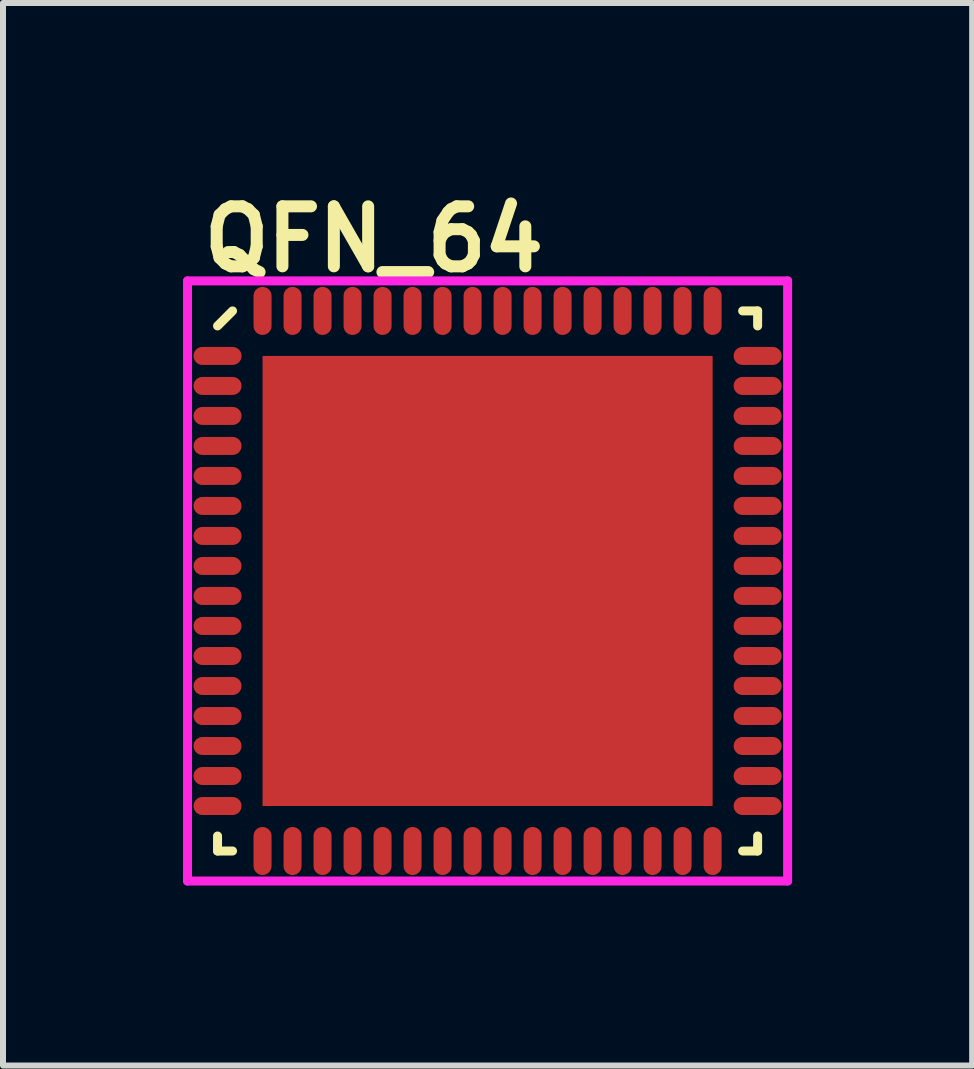
<source format=kicad_pcb>
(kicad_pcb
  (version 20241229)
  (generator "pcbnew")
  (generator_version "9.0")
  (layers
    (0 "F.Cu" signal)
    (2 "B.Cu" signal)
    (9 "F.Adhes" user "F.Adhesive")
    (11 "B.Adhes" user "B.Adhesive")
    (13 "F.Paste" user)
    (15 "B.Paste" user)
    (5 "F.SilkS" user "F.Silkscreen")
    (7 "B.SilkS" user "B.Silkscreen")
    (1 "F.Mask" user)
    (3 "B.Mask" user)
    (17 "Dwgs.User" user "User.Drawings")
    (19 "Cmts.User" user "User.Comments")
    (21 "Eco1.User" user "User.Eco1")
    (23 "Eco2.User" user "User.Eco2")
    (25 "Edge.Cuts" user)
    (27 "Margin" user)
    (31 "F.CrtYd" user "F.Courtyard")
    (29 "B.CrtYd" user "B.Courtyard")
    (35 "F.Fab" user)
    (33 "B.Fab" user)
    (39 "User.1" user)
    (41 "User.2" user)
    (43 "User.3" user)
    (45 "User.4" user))
  (footprint "QFN_64"
    (layer "F.Cu")
    (at 5.075 6.631)
    (property "Reference" "QFN_64" (at -1.895 -5.695 0) (layer "F.SilkS") (effects (font (size 1 1) (thickness 0.2))))
    (attr through_hole)
    (fp_line (start -4.5 -4.25) (end -4.25 -4.5) (stroke (width 0.15) (type solid)) (layer "F.SilkS"))
    (fp_line (start -4.5 4.5) (end -4.5 4.25) (stroke (width 0.15) (type solid)) (layer "F.SilkS"))
    (fp_line (start -4.25 4.5) (end -4.5 4.5) (stroke (width 0.15) (type solid)) (layer "F.SilkS"))
    (fp_line (start 4.25 -4.5) (end 4.5 -4.5) (stroke (width 0.15) (type solid)) (layer "F.SilkS"))
    (fp_line (start 4.25 4.5) (end 4.5 4.5) (stroke (width 0.15) (type solid)) (layer "F.SilkS"))
    (fp_line (start 4.5 -4.5) (end 4.5 -4.25) (stroke (width 0.15) (type solid)) (layer "F.SilkS"))
    (fp_line (start 4.5 4.5) (end 4.5 4.25) (stroke (width 0.15) (type solid)) (layer "F.SilkS"))
    (fp_line (start -5 -5) (end 5 -5) (stroke (width 0.15) (type solid)) (layer "F.CrtYd"))
    (fp_line (start -5 5) (end -5 -5) (stroke (width 0.15) (type solid)) (layer "F.CrtYd"))
    (fp_line (start 5 -5) (end 5 5) (stroke (width 0.15) (type solid)) (layer "F.CrtYd"))
    (fp_line (start 5 5) (end -5 5) (stroke (width 0.15) (type solid)) (layer "F.CrtYd"))
    (pad "" smd circle (at -3 -3) (size 1 1) (layers "F.Paste"))
    (pad "" smd circle (at -3 -1.8) (size 1 1) (layers "F.Paste"))
    (pad "" smd circle (at -3 -0.6) (size 1 1) (layers "F.Paste"))
    (pad "" smd circle (at -3 0.6) (size 1 1) (layers "F.Paste"))
    (pad "" smd circle (at -3 1.8) (size 1 1) (layers "F.Paste"))
    (pad "" smd circle (at -3 3) (size 1 1) (layers "F.Paste"))
    (pad "" smd circle (at -1.8 -3) (size 1 1) (layers "F.Paste"))
    (pad "" smd circle (at -1.8 -1.8) (size 1 1) (layers "F.Paste"))
    (pad "" smd circle (at -1.8 -0.6) (size 1 1) (layers "F.Paste"))
    (pad "" smd circle (at -1.8 0.6) (size 1 1) (layers "F.Paste"))
    (pad "" smd circle (at -1.8 1.8) (size 1 1) (layers "F.Paste"))
    (pad "" smd circle (at -1.8 3) (size 1 1) (layers "F.Paste"))
    (pad "" smd circle (at -0.6 -3) (size 1 1) (layers "F.Paste"))
    (pad "" smd circle (at -0.6 -1.8) (size 1 1) (layers "F.Paste"))
    (pad "" smd circle (at -0.6 -0.6) (size 1 1) (layers "F.Paste"))
    (pad "" smd circle (at -0.6 0.6) (size 1 1) (layers "F.Paste"))
    (pad "" smd circle (at -0.6 1.8) (size 1 1) (layers "F.Paste"))
    (pad "" smd circle (at -0.6 3) (size 1 1) (layers "F.Paste"))
    (pad "" smd circle (at 0.6 -3) (size 1 1) (layers "F.Paste"))
    (pad "" smd circle (at 0.6 -1.8) (size 1 1) (layers "F.Paste"))
    (pad "" smd circle (at 0.6 -0.6) (size 1 1) (layers "F.Paste"))
    (pad "" smd circle (at 0.6 0.6) (size 1 1) (layers "F.Paste"))
    (pad "" smd circle (at 0.6 1.8) (size 1 1) (layers "F.Paste"))
    (pad "" smd circle (at 0.6 3) (size 1 1) (layers "F.Paste"))
    (pad "" smd circle (at 1.8 -3) (size 1 1) (layers "F.Paste"))
    (pad "" smd circle (at 1.8 -1.8) (size 1 1) (layers "F.Paste"))
    (pad "" smd circle (at 1.8 -0.6) (size 1 1) (layers "F.Paste"))
    (pad "" smd circle (at 1.8 0.6) (size 1 1) (layers "F.Paste"))
    (pad "" smd circle (at 1.8 1.8) (size 1 1) (layers "F.Paste"))
    (pad "" smd circle (at 1.8 3) (size 1 1) (layers "F.Paste"))
    (pad "" smd circle (at 3 -3) (size 1 1) (layers "F.Paste"))
    (pad "" smd circle (at 3 -1.8) (size 1 1) (layers "F.Paste"))
    (pad "" smd circle (at 3 -0.6) (size 1 1) (layers "F.Paste"))
    (pad "" smd circle (at 3 0.6) (size 1 1) (layers "F.Paste"))
    (pad "" smd circle (at 3 1.8) (size 1 1) (layers "F.Paste"))
    (pad "" smd circle (at 3 3) (size 1 1) (layers "F.Paste"))
    (pad "1" smd oval (at -4.5 -3.75 90) (size 0.3 0.8) (layers "F.Cu" "F.Mask" "F.Paste"))
    (pad "2" smd oval (at -4.5 -3.25 90) (size 0.3 0.8) (layers "F.Cu" "F.Mask" "F.Paste"))
    (pad "3" smd oval (at -4.5 -2.75 90) (size 0.3 0.8) (layers "F.Cu" "F.Mask" "F.Paste"))
    (pad "4" smd oval (at -4.5 -2.25 90) (size 0.3 0.8) (layers "F.Cu" "F.Mask" "F.Paste"))
    (pad "5" smd oval (at -4.5 -1.75 90) (size 0.3 0.8) (layers "F.Cu" "F.Mask" "F.Paste"))
    (pad "6" smd oval (at -4.5 -1.25 90) (size 0.3 0.8) (layers "F.Cu" "F.Mask" "F.Paste"))
    (pad "7" smd oval (at -4.5 -0.75 90) (size 0.3 0.8) (layers "F.Cu" "F.Mask" "F.Paste"))
    (pad "8" smd oval (at -4.5 -0.25 90) (size 0.3 0.8) (layers "F.Cu" "F.Mask" "F.Paste"))
    (pad "9" smd oval (at -4.5 0.25 90) (size 0.3 0.8) (layers "F.Cu" "F.Mask" "F.Paste"))
    (pad "10" smd oval (at -4.5 0.75 90) (size 0.3 0.8) (layers "F.Cu" "F.Mask" "F.Paste"))
    (pad "11" smd oval (at -4.5 1.25 90) (size 0.3 0.8) (layers "F.Cu" "F.Mask" "F.Paste"))
    (pad "12" smd oval (at -4.5 1.75 90) (size 0.3 0.8) (layers "F.Cu" "F.Mask" "F.Paste"))
    (pad "13" smd oval (at -4.5 2.25 90) (size 0.3 0.8) (layers "F.Cu" "F.Mask" "F.Paste"))
    (pad "14" smd oval (at -4.5 2.75 90) (size 0.3 0.8) (layers "F.Cu" "F.Mask" "F.Paste"))
    (pad "15" smd oval (at -4.5 3.25 90) (size 0.3 0.8) (layers "F.Cu" "F.Mask" "F.Paste"))
    (pad "16" smd oval (at -4.5 3.75 90) (size 0.3 0.8) (layers "F.Cu" "F.Mask" "F.Paste"))
    (pad "17" smd oval (at -3.75 4.5) (size 0.3 0.8) (layers "F.Cu" "F.Mask" "F.Paste"))
    (pad "18" smd oval (at -3.25 4.5) (size 0.3 0.8) (layers "F.Cu" "F.Mask" "F.Paste"))
    (pad "19" smd oval (at -2.75 4.5) (size 0.3 0.8) (layers "F.Cu" "F.Mask" "F.Paste"))
    (pad "20" smd oval (at -2.25 4.5) (size 0.3 0.8) (layers "F.Cu" "F.Mask" "F.Paste"))
    (pad "21" smd oval (at -1.75 4.5) (size 0.3 0.8) (layers "F.Cu" "F.Mask" "F.Paste"))
    (pad "22" smd oval (at -1.25 4.5) (size 0.3 0.8) (layers "F.Cu" "F.Mask" "F.Paste"))
    (pad "23" smd oval (at -0.75 4.5) (size 0.3 0.8) (layers "F.Cu" "F.Mask" "F.Paste"))
    (pad "24" smd oval (at -0.25 4.5) (size 0.3 0.8) (layers "F.Cu" "F.Mask" "F.Paste"))
    (pad "25" smd oval (at 0.25 4.5) (size 0.3 0.8) (layers "F.Cu" "F.Mask" "F.Paste"))
    (pad "26" smd oval (at 0.75 4.5) (size 0.3 0.8) (layers "F.Cu" "F.Mask" "F.Paste"))
    (pad "27" smd oval (at 1.25 4.5) (size 0.3 0.8) (layers "F.Cu" "F.Mask" "F.Paste"))
    (pad "28" smd oval (at 1.75 4.5) (size 0.3 0.8) (layers "F.Cu" "F.Mask" "F.Paste"))
    (pad "29" smd oval (at 2.25 4.5) (size 0.3 0.8) (layers "F.Cu" "F.Mask" "F.Paste"))
    (pad "30" smd oval (at 2.75 4.5) (size 0.3 0.8) (layers "F.Cu" "F.Mask" "F.Paste"))
    (pad "31" smd oval (at 3.25 4.5) (size 0.3 0.8) (layers "F.Cu" "F.Mask" "F.Paste"))
    (pad "32" smd oval (at 3.75 4.5) (size 0.3 0.8) (layers "F.Cu" "F.Mask" "F.Paste"))
    (pad "33" smd oval (at 4.5 3.75 90) (size 0.3 0.8) (layers "F.Cu" "F.Mask" "F.Paste"))
    (pad "34" smd oval (at 4.5 3.25 90) (size 0.3 0.8) (layers "F.Cu" "F.Mask" "F.Paste"))
    (pad "35" smd oval (at 4.5 2.75 90) (size 0.3 0.8) (layers "F.Cu" "F.Mask" "F.Paste"))
    (pad "36" smd oval (at 4.5 2.25 90) (size 0.3 0.8) (layers "F.Cu" "F.Mask" "F.Paste"))
    (pad "37" smd oval (at 4.5 1.75 90) (size 0.3 0.8) (layers "F.Cu" "F.Mask" "F.Paste"))
    (pad "38" smd oval (at 4.5 1.25 90) (size 0.3 0.8) (layers "F.Cu" "F.Mask" "F.Paste"))
    (pad "39" smd oval (at 4.5 0.75 90) (size 0.3 0.8) (layers "F.Cu" "F.Mask" "F.Paste"))
    (pad "40" smd oval (at 4.5 0.25 90) (size 0.3 0.8) (layers "F.Cu" "F.Mask" "F.Paste"))
    (pad "41" smd oval (at 4.5 -0.25 90) (size 0.3 0.8) (layers "F.Cu" "F.Mask" "F.Paste"))
    (pad "42" smd oval (at 4.5 -0.75 90) (size 0.3 0.8) (layers "F.Cu" "F.Mask" "F.Paste"))
    (pad "43" smd oval (at 4.5 -1.25 90) (size 0.3 0.8) (layers "F.Cu" "F.Mask" "F.Paste"))
    (pad "44" smd oval (at 4.5 -1.75 90) (size 0.3 0.8) (layers "F.Cu" "F.Mask" "F.Paste"))
    (pad "45" smd oval (at 4.5 -2.25 90) (size 0.3 0.8) (layers "F.Cu" "F.Mask" "F.Paste"))
    (pad "46" smd oval (at 4.5 -2.75 90) (size 0.3 0.8) (layers "F.Cu" "F.Mask" "F.Paste"))
    (pad "47" smd oval (at 4.5 -3.25 90) (size 0.3 0.8) (layers "F.Cu" "F.Mask" "F.Paste"))
    (pad "48" smd oval (at 4.5 -3.75 90) (size 0.3 0.8) (layers "F.Cu" "F.Mask" "F.Paste"))
    (pad "49" smd oval (at 3.75 -4.5) (size 0.3 0.8) (layers "F.Cu" "F.Mask" "F.Paste"))
    (pad "50" smd oval (at 3.25 -4.5) (size 0.3 0.8) (layers "F.Cu" "F.Mask" "F.Paste"))
    (pad "51" smd oval (at 2.75 -4.5) (size 0.3 0.8) (layers "F.Cu" "F.Mask" "F.Paste"))
    (pad "52" smd oval (at 2.25 -4.5) (size 0.3 0.8) (layers "F.Cu" "F.Mask" "F.Paste"))
    (pad "53" smd oval (at 1.75 -4.5) (size 0.3 0.8) (layers "F.Cu" "F.Mask" "F.Paste"))
    (pad "54" smd oval (at 1.25 -4.5) (size 0.3 0.8) (layers "F.Cu" "F.Mask" "F.Paste"))
    (pad "55" smd oval (at 0.75 -4.5) (size 0.3 0.8) (layers "F.Cu" "F.Mask" "F.Paste"))
    (pad "56" smd oval (at 0.25 -4.5) (size 0.3 0.8) (layers "F.Cu" "F.Mask" "F.Paste"))
    (pad "57" smd oval (at -0.25 -4.5) (size 0.3 0.8) (layers "F.Cu" "F.Mask" "F.Paste"))
    (pad "58" smd oval (at -0.75 -4.5) (size 0.3 0.8) (layers "F.Cu" "F.Mask" "F.Paste"))
    (pad "59" smd oval (at -1.25 -4.5) (size 0.3 0.8) (layers "F.Cu" "F.Mask" "F.Paste"))
    (pad "60" smd oval (at -1.75 -4.5) (size 0.3 0.8) (layers "F.Cu" "F.Mask" "F.Paste"))
    (pad "61" smd oval (at -2.25 -4.5) (size 0.3 0.8) (layers "F.Cu" "F.Mask" "F.Paste"))
    (pad "62" smd oval (at -2.75 -4.5) (size 0.3 0.8) (layers "F.Cu" "F.Mask" "F.Paste"))
    (pad "63" smd oval (at -3.25 -4.5) (size 0.3 0.8) (layers "F.Cu" "F.Mask" "F.Paste"))
    (pad "64" smd oval (at -3.75 -4.5) (size 0.3 0.8) (layers "F.Cu" "F.Mask" "F.Paste"))
    (pad "65" smd rect (at 0 0) (size 7.5 7.5) (layers "F.Cu" "F.Mask")))
  (gr_rect
    (start -3 -3)
    (end 13.15 14.706)
    (stroke (width 0.1) (type default))
    (fill no)
    (layer "Edge.Cuts")))
</source>
